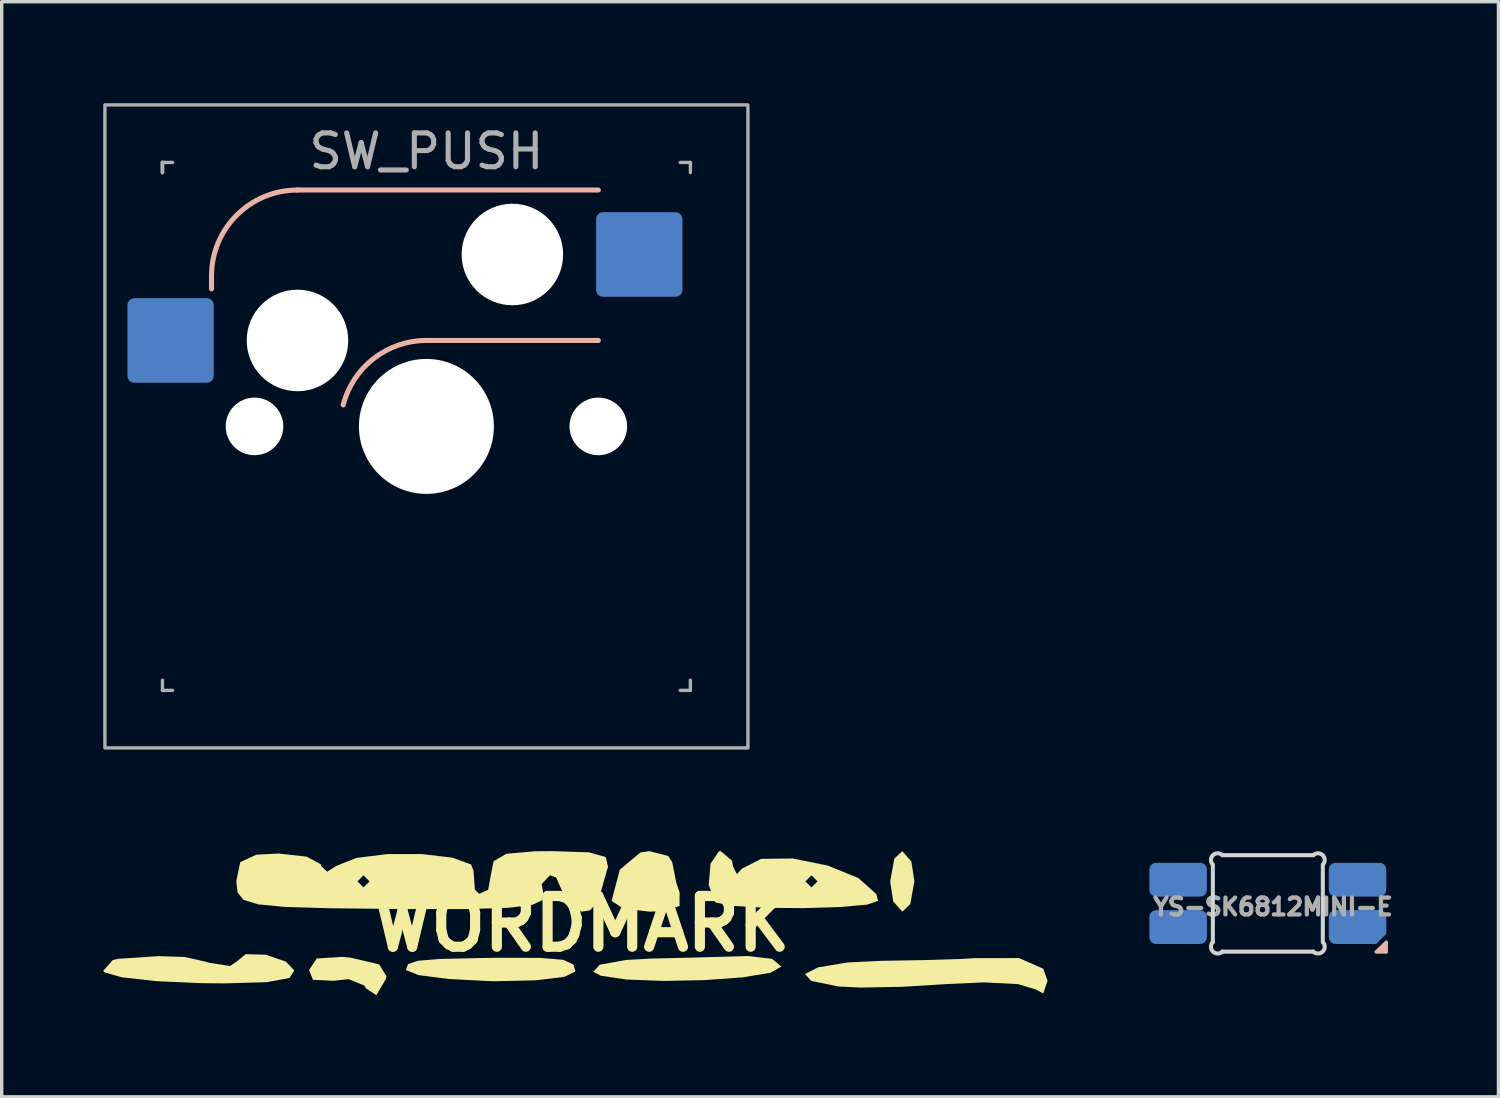
<source format=kicad_pcb>
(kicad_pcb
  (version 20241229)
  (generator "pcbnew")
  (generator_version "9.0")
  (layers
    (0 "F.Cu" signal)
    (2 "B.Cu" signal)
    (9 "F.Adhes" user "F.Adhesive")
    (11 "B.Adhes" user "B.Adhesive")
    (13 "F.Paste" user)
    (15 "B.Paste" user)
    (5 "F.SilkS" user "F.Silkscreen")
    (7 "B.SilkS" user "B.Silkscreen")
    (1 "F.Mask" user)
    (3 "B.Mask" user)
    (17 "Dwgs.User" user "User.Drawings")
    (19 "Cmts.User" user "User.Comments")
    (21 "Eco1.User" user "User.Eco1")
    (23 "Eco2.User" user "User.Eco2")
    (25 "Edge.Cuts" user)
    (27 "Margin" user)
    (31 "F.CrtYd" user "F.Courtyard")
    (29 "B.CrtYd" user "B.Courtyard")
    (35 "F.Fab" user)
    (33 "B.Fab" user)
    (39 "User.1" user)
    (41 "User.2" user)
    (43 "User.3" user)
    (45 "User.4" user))
  (footprint "YS-SK6812MINI-E"
    (layer "F.Cu")
    (at 34.413 23.644)
    (property "Reference" "YS-SK6812MINI-E" (at 0.152 0.102 0) (layer "F.Fab") (effects (font (size 0.5 0.5) (thickness 0.125))))
    (attr through_hole)
    (fp_poly (pts (xy 3.5 1.146) (xy 3.5 1.435) (xy 3.201 1.435)) (stroke (width 0.1) (type solid)) (fill yes) (layer "B.SilkS"))
    (fp_line (start -1.625 1.142) (end -1.625 -1.142) (stroke (width 0.12) (type default)) (layer "Edge.Cuts"))
    (fp_line (start -1.342 -1.425) (end 1.342 -1.425) (stroke (width 0.12) (type default)) (layer "Edge.Cuts"))
    (fp_line (start -1.342 1.425) (end 1.342 1.425) (stroke (width 0.12) (type default)) (layer "Edge.Cuts"))
    (fp_line (start 1.625 1.142) (end 1.625 -1.142) (stroke (width 0.12) (type default)) (layer "Edge.Cuts"))
    (fp_arc (start -1.625 -1.142158) (mid -1.625 -1.425) (end -1.342158 -1.425) (stroke (width 0.12) (type default)) (layer "Edge.Cuts"))
    (fp_arc (start -1.342158 1.425) (mid -1.625 1.425) (end -1.625 1.142158) (stroke (width 0.12) (type default)) (layer "Edge.Cuts"))
    (fp_arc (start 1.342158 -1.425) (mid 1.625 -1.425) (end 1.625 -1.142158) (stroke (width 0.12) (type default)) (layer "Edge.Cuts"))
    (fp_arc (start 1.625 1.142158) (mid 1.625 1.425) (end 1.342158 1.425) (stroke (width 0.12) (type default)) (layer "Edge.Cuts"))
    (pad "1" smd roundrect (at -2.65 -0.7) (size 1.7 1) (layers "B.Cu" "B.Mask" "B.Paste") (roundrect_rratio 0.2))
    (pad "2" smd roundrect (at -2.65 0.7) (size 1.7 1) (layers "B.Cu" "B.Mask" "B.Paste") (roundrect_rratio 0.2))
    (pad "3" smd roundrect (at 2.65 0.7) (size 1.7 1) (layers "B.Cu" "B.Mask" "B.Paste") (roundrect_rratio 0.2) (chamfer_ratio 0.3) (chamfer bottom_right))
    (pad "4" smd roundrect (at 2.65 -0.7) (size 1.7 1) (layers "B.Cu" "B.Mask" "B.Paste") (roundrect_rratio 0.2)))
  (footprint "SW_PUSH"
    (layer "F.Cu")
    (at 9.55 9.55)
    (property "Reference" "SW_PUSH" (at 0 -8.128 0) (layer "F.Fab") (effects (font (size 1 1) (thickness 0.15))))
    (attr smd)
    (fp_line (start -6.35 -4.445) (end -6.35 -4.064) (stroke (width 0.15) (type solid)) (layer "B.SilkS"))
    (fp_line (start -3.81 -6.985) (end 5.08 -6.985) (stroke (width 0.15) (type solid)) (layer "B.SilkS"))
    (fp_line (start 5.08 -2.54) (end 0 -2.54) (stroke (width 0.15) (type solid)) (layer "B.SilkS"))
    (fp_arc (start -6.35 -4.445) (mid -5.606051 -6.241051) (end -3.809999 -6.985) (stroke (width 0.15) (type solid)) (layer "B.SilkS"))
    (fp_arc (start -2.45934 -0.635) (mid -1.563147 -2.002042) (end 0 -2.54) (stroke (width 0.15) (type solid)) (layer "B.SilkS"))
    (fp_line (start -7.8 -7.8) (end -7.8 -7.5) (stroke (width 0.1) (type default)) (layer "F.Fab"))
    (fp_line (start -7.8 -7.8) (end -7.8 -7.5) (stroke (width 0.1) (type default)) (layer "F.Fab"))
    (fp_line (start -7.8 -7.8) (end -7.8 -7.5) (stroke (width 0.1) (type default)) (layer "F.Fab"))
    (fp_line (start -7.8 7.5) (end -7.8 7.8) (stroke (width 0.1) (type default)) (layer "F.Fab"))
    (fp_line (start -7.8 7.8) (end -7.5 7.8) (stroke (width 0.1) (type default)) (layer "F.Fab"))
    (fp_line (start -7.5 -7.8) (end -7.8 -7.8) (stroke (width 0.1) (type default)) (layer "F.Fab"))
    (fp_line (start 7.5 7.8) (end 7.8 7.8) (stroke (width 0.1) (type default)) (layer "F.Fab"))
    (fp_line (start 7.8 -7.8) (end 7.5 -7.8) (stroke (width 0.1) (type default)) (layer "F.Fab"))
    (fp_line (start 7.8 -7.5) (end 7.8 -7.8) (stroke (width 0.1) (type default)) (layer "F.Fab"))
    (fp_line (start 7.8 7.8) (end 7.8 7.5) (stroke (width 0.1) (type default)) (layer "F.Fab"))
    (fp_rect (start -9.5 -9.5) (end 9.5 9.5) (stroke (width 0.1) (type solid)) (fill no) (layer "F.Fab"))
    (pad "" np_thru_hole circle (at -5.08 0) (size 1.702 1.702) (drill 1.702) (layers "*.Cu" "*.Mask"))
    (pad "" np_thru_hole circle (at -3.81 -2.54) (size 3 3) (drill 3) (layers "*.Cu" "*.Mask"))
    (pad "" np_thru_hole circle (at 0 0) (size 3.988 3.988) (drill 3.988) (layers "*.Cu" "*.Mask"))
    (pad "" np_thru_hole circle (at 2.54 -5.08) (size 3 3) (drill 3) (layers "*.Cu" "*.Mask"))
    (pad "" np_thru_hole circle (at 5.08 0) (size 1.702 1.702) (drill 1.702) (layers "*.Cu" "*.Mask"))
    (pad "1" smd roundrect (at 6.29 -5.08) (size 2.55 2.5) (layers "B.Cu" "B.Mask" "B.Paste") (roundrect_rratio 0.08))
    (pad "2" smd roundrect (at -7.56 -2.54) (size 2.55 2.5) (layers "B.Cu" "B.Mask" "B.Paste") (roundrect_rratio 0.08)))
  (footprint "WORDMARK"
    (layer "F.Cu")
    (at 14.131 24.246)
    (property "Reference" "WORDMARK" (at 0 0 0) (layer "F.SilkS") (effects (font (size 1.5 1.5) (thickness 0.3))))
    (attr board_only exclude_from_pos_files exclude_from_bom)
    (fp_poly (pts (xy 9.749 -1.84) (xy 9.838 -1.252) (xy 9.716 -0.58) (xy 9.48 -0.358) (xy 9.211 -0.664) (xy 9.123 -1.252) (xy 9.245 -1.924) (xy 9.48 -2.146)) (stroke (width 0) (type solid)) (fill yes) (layer "F.SilkS"))
    (fp_poly (pts (xy -6.822 1.002) (xy -5.975 1.202) (xy -5.761 1.554) (xy -5.787 1.646) (xy -6.063 2.112) (xy -6.361 1.912) (xy -6.419 1.822) (xy -6.881 1.637) (xy -7.334 1.685) (xy -7.932 1.656) (xy -8.049 1.366) (xy -7.822 1.026) (xy -7.064 0.978)) (stroke (width 0) (type solid)) (fill yes) (layer "F.SilkS"))
    (fp_poly (pts (xy 2.566 -2.002) (xy 2.683 -1.818) (xy 2.801 -1.218) (xy 2.9 -0.924) (xy 2.898 -0.522) (xy 2.378 -0.369) (xy 2.006 -0.358) (xy 1.236 -0.45) (xy 0.895 -0.673) (xy 0.894 -0.686) (xy 1.133 -1.598) (xy 1.739 -2.105) (xy 2.006 -2.146)) (stroke (width 0) (type solid)) (fill yes) (layer "F.SilkS"))
    (fp_poly (pts (xy 5.634 1.037) (xy 5.906 1.265) (xy 5.584 1.448) (xy 4.757 1.584) (xy 3.634 1.666) (xy 2.422 1.689) (xy 1.332 1.648) (xy 0.571 1.535) (xy 0.35 1.419) (xy 0.542 1.21) (xy 1.319 1.069) (xy 2.036 1.03) (xy 3.337 0.998) (xy 4.498 0.966) (xy 4.92 0.953)) (stroke (width 0) (type solid)) (fill yes) (layer "F.SilkS"))
    (fp_poly (pts (xy -1.241 1.007) (xy -0.537 1.065) (xy -0.235 1.206) (xy -0.179 1.41) (xy -0.506 1.569) (xy -1.367 1.672) (xy -2.581 1.698) (xy -2.683 1.696) (xy -3.918 1.633) (xy -4.812 1.517) (xy -5.185 1.37) (xy -5.187 1.359) (xy -5.125 1.194) (xy -4.841 1.094) (xy -4.184 1.04) (xy -3.008 1.013) (xy -2.504 1.006)) (stroke (width 0) (type solid)) (fill yes) (layer "F.SilkS"))
    (fp_poly (pts (xy 13.642 1.325) (xy 13.773 1.681) (xy 13.646 2.061) (xy 13.424 1.941) (xy 12.9 1.783) (xy 11.888 1.732) (xy 10.831 1.78) (xy 9.463 1.863) (xy 8.243 1.885) (xy 7.602 1.854) (xy 6.786 1.688) (xy 6.607 1.484) (xy 6.992 1.288) (xy 7.869 1.143) (xy 8.854 1.095) (xy 10.123 1.074) (xy 11.148 1.043) (xy 11.627 1.016) (xy 12.928 1.014)) (stroke (width 0) (type solid)) (fill yes) (layer "F.SilkS"))
    (fp_poly (pts (xy -9.326 0.914) (xy -8.732 1.12) (xy -8.484 1.379) (xy -8.628 1.602) (xy -9.297 1.726) (xy -10.569 1.762) (xy -11.236 1.755) (xy -12.574 1.695) (xy -13.584 1.581) (xy -14.098 1.435) (xy -14.131 1.388) (xy -13.845 1.07) (xy -13.684 1.035) (xy -12.496 0.956) (xy -11.729 0.981) (xy -11.093 1.124) (xy -11.001 1.153) (xy -10.388 1.249) (xy -10.196 1.124) (xy -9.923 0.899)) (stroke (width 0) (type solid)) (fill yes) (layer "F.SilkS"))
    (fp_poly (pts (xy 4.45 -1.864) (xy 4.477 -1.699) (xy 4.592 -1.468) (xy 4.746 -1.631) (xy 5.314 -1.918) (xy 6.239 -1.929) (xy 7.277 -1.72) (xy 8.183 -1.351) (xy 8.713 -0.878) (xy 8.765 -0.678) (xy 8.445 -0.566) (xy 7.635 -0.494) (xy 6.559 -0.462) (xy 5.441 -0.472) (xy 4.507 -0.526) (xy 3.979 -0.624) (xy 3.944 -0.647) (xy 3.761 -1.15) (xy 3.77 -1.252) (xy 6.618 -1.252) (xy 6.797 -1.073) (xy 6.976 -1.252) (xy 6.797 -1.431) (xy 6.618 -1.252) (xy 3.77 -1.252) (xy 3.814 -1.774) (xy 4.06 -2.138) (xy 4.114 -2.146)) (stroke (width 0) (type solid)) (fill yes) (layer "F.SilkS"))
    (fp_poly (pts (xy 0.217 -2.111) (xy 0.718 -1.972) (xy 0.786 -1.679) (xy 0.754 -1.581) (xy 0.561 -0.899) (xy 0.537 -0.686) (xy 0.246 -0.395) (xy -0.000001 -0.358) (xy -0.474 -0.644) (xy -0.537 -0.894) (xy -0.75 -1.37) (xy -0.933 -1.431) (xy -1.176 -1.172) (xy -1.13 -0.914) (xy -1.147 -0.701) (xy -1.457 -0.557) (xy -2.162 -0.472) (xy -3.362 -0.434) (xy -5.157 -0.434) (xy -5.564 -0.438) (xy -7.455 -0.459) (xy -8.746 -0.497) (xy -9.551 -0.573) (xy -9.984 -0.707) (xy -10.161 -0.921) (xy -10.196 -1.235) (xy -10.196 -1.252) (xy -6.618 -1.252) (xy -6.439 -1.073) (xy -6.261 -1.252) (xy -6.439 -1.431) (xy -6.618 -1.252) (xy -10.196 -1.252) (xy -10.196 -1.277) (xy -10.082 -1.821) (xy -9.605 -2.042) (xy -8.944 -2.075) (xy -8.116 -1.983) (xy -7.702 -1.757) (xy -7.692 -1.709) (xy -7.514 -1.537) (xy -7.244 -1.711) (xy -6.648 -1.946) (xy -5.731 -2.059) (xy -4.713 -2.059) (xy -3.816 -1.954) (xy -3.26 -1.751) (xy -3.188 -1.563) (xy -3.15 -1.013) (xy -3.025 -0.885) (xy -2.756 -1.002) (xy -2.683 -1.41) (xy -2.597 -1.847) (xy -2.221 -2.067) (xy -1.379 -2.142) (xy -0.856 -2.146)) (stroke (width 0) (type solid)) (fill yes) (layer "F.SilkS")))
  (gr_rect
    (start -3 -3)
    (end 41.227 29.359)
    (stroke (width 0.1) (type default))
    (fill no)
    (layer "Edge.Cuts")))
</source>
